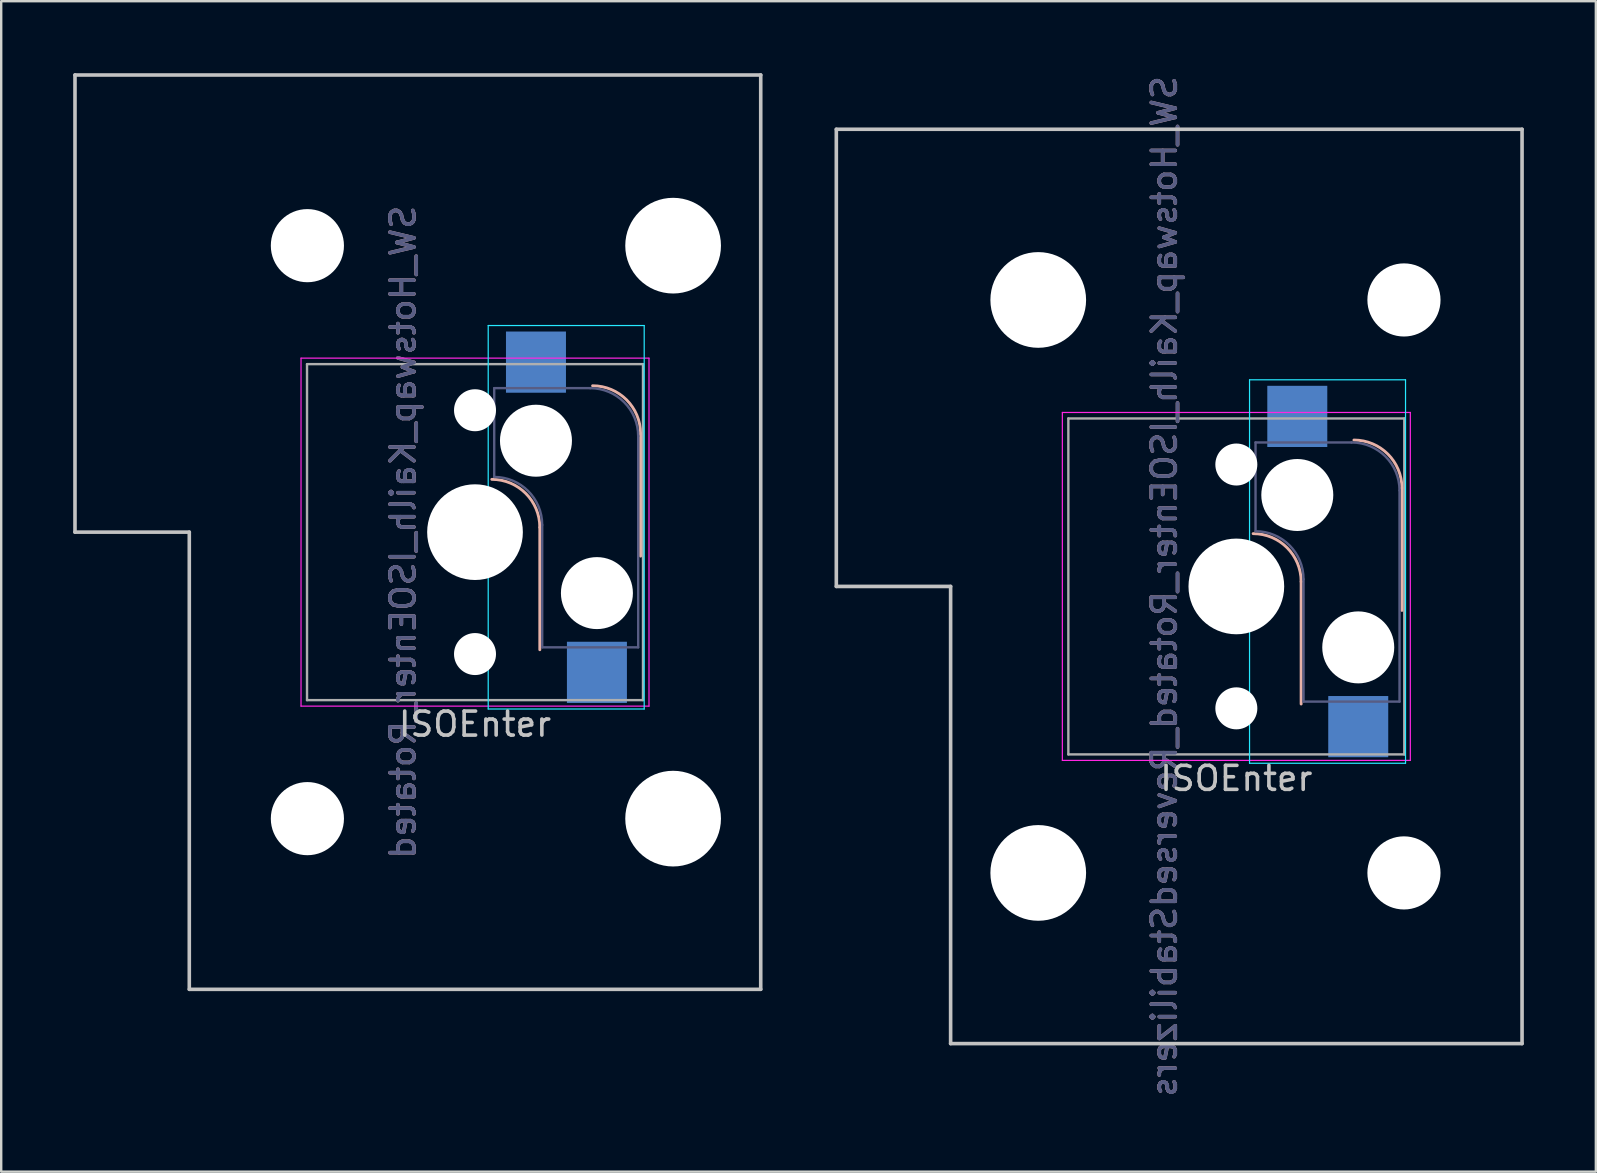
<source format=kicad_pcb>
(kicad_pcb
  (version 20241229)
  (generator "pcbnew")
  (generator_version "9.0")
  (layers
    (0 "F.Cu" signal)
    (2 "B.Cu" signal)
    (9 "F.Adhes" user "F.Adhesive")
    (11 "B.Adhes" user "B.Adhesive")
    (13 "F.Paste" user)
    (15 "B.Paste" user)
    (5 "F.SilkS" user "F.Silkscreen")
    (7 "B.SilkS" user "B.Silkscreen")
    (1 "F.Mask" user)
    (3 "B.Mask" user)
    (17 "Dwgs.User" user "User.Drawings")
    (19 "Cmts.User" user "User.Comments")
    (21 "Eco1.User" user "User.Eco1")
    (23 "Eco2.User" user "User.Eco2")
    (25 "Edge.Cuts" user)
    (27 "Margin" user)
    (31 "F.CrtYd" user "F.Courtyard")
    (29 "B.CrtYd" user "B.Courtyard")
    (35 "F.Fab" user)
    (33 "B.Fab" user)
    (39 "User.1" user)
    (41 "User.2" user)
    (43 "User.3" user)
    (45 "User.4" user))
  (footprint "SW_Hotswap_Kailh_ISOEnter_Rotated_ReversedStabilizers"
    (layer "F.Cu")
    (at 48.469 21.387)
    (property "Reference" "SW_Hotswap_Kailh_ISOEnter_Rotated_ReversedStabilizers" (at -3 0 90) (layer "B.SilkS") (effects (font (size 1 1) (thickness 0.15)) (justify mirror)))
    (attr smd)
    (fp_line (start 2.7 4.9) (end 2.7 -0.2) (stroke (width 0.12) (type solid)) (layer "B.SilkS"))
    (fp_line (start 6.9 1) (end 6.9 -4.1) (stroke (width 0.12) (type solid)) (layer "B.SilkS"))
    (fp_arc (start 0.7 -2.2) (mid 2.114214 -1.614214) (end 2.7 -0.2) (stroke (width 0.12) (type solid)) (layer "B.SilkS"))
    (fp_arc (start 4.9 -6.1) (mid 6.314214 -5.514214) (end 6.9 -4.1) (stroke (width 0.12) (type solid)) (layer "B.SilkS"))
    (fp_line (start -16.669 -19.05) (end -16.669 0) (stroke (width 0.15) (type solid)) (layer "Dwgs.User"))
    (fp_line (start -16.669 -19.05) (end 11.906 -19.05) (stroke (width 0.15) (type solid)) (layer "Dwgs.User"))
    (fp_line (start -11.906 0) (end -16.669 0) (stroke (width 0.15) (type solid)) (layer "Dwgs.User"))
    (fp_line (start -11.906 19.05) (end -11.906 0) (stroke (width 0.15) (type solid)) (layer "Dwgs.User"))
    (fp_line (start -11.906 19.05) (end 11.906 19.05) (stroke (width 0.15) (type solid)) (layer "Dwgs.User"))
    (fp_line (start 11.906 -19.05) (end 11.906 19.05) (stroke (width 0.15) (type solid)) (layer "Dwgs.User"))
    (fp_line (start 0.55 -8.61) (end 0.55 7.37) (stroke (width 0.05) (type solid)) (layer "B.CrtYd"))
    (fp_line (start 0.55 -8.61) (end 7.05 -8.61) (stroke (width 0.05) (type solid)) (layer "B.CrtYd"))
    (fp_line (start 7.05 -8.61) (end 7.05 7.37) (stroke (width 0.05) (type solid)) (layer "B.CrtYd"))
    (fp_line (start 7.05 7.37) (end 0.55 7.37) (stroke (width 0.05) (type solid)) (layer "B.CrtYd"))
    (fp_line (start -7.25 -7.25) (end 7.25 -7.25) (stroke (width 0.05) (type solid)) (layer "F.CrtYd"))
    (fp_line (start -7.25 7.25) (end -7.25 -7.25) (stroke (width 0.05) (type solid)) (layer "F.CrtYd"))
    (fp_line (start 7.25 -7.25) (end 7.25 7.25) (stroke (width 0.05) (type solid)) (layer "F.CrtYd"))
    (fp_line (start 7.25 7.25) (end -7.25 7.25) (stroke (width 0.05) (type solid)) (layer "F.CrtYd"))
    (fp_line (start 0.8 -6) (end 0.8 -2.3) (stroke (width 0.1) (type solid)) (layer "B.Fab"))
    (fp_line (start 0.8 -6) (end 4.8 -6) (stroke (width 0.1) (type solid)) (layer "B.Fab"))
    (fp_line (start 2.8 -0.3) (end 2.8 4.8) (stroke (width 0.1) (type solid)) (layer "B.Fab"))
    (fp_line (start 6.8 -4) (end 6.8 4.8) (stroke (width 0.1) (type solid)) (layer "B.Fab"))
    (fp_line (start 6.8 4.8) (end 2.8 4.8) (stroke (width 0.1) (type solid)) (layer "B.Fab"))
    (fp_arc (start 0.8 -2.3) (mid 2.214214 -1.714214) (end 2.8 -0.3) (stroke (width 0.1) (type solid)) (layer "B.Fab"))
    (fp_arc (start 4.8 -6) (mid 6.214214 -5.414214) (end 6.8 -4) (stroke (width 0.1) (type solid)) (layer "B.Fab"))
    (fp_line (start -7 -7) (end 7 -7) (stroke (width 0.1) (type solid)) (layer "F.Fab"))
    (fp_line (start -7 7) (end -7 -7) (stroke (width 0.1) (type solid)) (layer "F.Fab"))
    (fp_line (start 7 -7) (end 7 7) (stroke (width 0.1) (type solid)) (layer "F.Fab"))
    (fp_line (start 7 7) (end -7 7) (stroke (width 0.1) (type solid)) (layer "F.Fab"))
    (fp_text user "ISOEnter" (at 0 8 0) (layer "Dwgs.User") (effects (font (size 1 1) (thickness 0.15))))
    (fp_text user "${REFERENCE}" (at -3 0 90) (layer "B.Fab") (effects (font (size 1 1) (thickness 0.15)) (justify mirror)))
    (pad "" np_thru_hole circle (at -8.255 -11.938) (size 3.988 3.988) (drill 3.988) (layers "*.Cu" "*.Mask"))
    (pad "" np_thru_hole circle (at -8.255 11.938) (size 3.988 3.988) (drill 3.988) (layers "*.Cu" "*.Mask"))
    (pad "" np_thru_hole circle (at 0 -5.08 318.1) (size 1.75 1.75) (drill 1.75) (layers "*.Cu" "*.Mask"))
    (pad "" np_thru_hole circle (at 0 0 270) (size 3.988 3.988) (drill 3.988) (layers "*.Cu" "*.Mask"))
    (pad "" np_thru_hole circle (at 0 5.08 318.1) (size 1.75 1.75) (drill 1.75) (layers "*.Cu" "*.Mask"))
    (pad "" np_thru_hole circle (at 2.54 -3.81 270) (size 3 3) (drill 3) (layers "*.Cu" "*.Mask"))
    (pad "" np_thru_hole circle (at 5.08 2.54 270) (size 3 3) (drill 3) (layers "*.Cu" "*.Mask"))
    (pad "" np_thru_hole circle (at 6.985 -11.938) (size 3.048 3.048) (drill 3.048) (layers "*.Cu" "*.Mask"))
    (pad "" np_thru_hole circle (at 6.985 11.938) (size 3.048 3.048) (drill 3.048) (layers "*.Cu" "*.Mask"))
    (pad "1" smd rect (at 2.54 -7.085 270) (size 2.55 2.5) (layers "B.Cu" "B.Mask" "B.Paste"))
    (pad "2" smd rect (at 5.08 5.842 270) (size 2.55 2.5) (layers "B.Cu" "B.Mask" "B.Paste")))
  (footprint "SW_Hotswap_Kailh_ISOEnter_Rotated"
    (layer "F.Cu")
    (at 16.744 19.125)
    (property "Reference" "SW_Hotswap_Kailh_ISOEnter_Rotated" (at -3 0 90) (layer "B.SilkS") (effects (font (size 1 1) (thickness 0.15)) (justify mirror)))
    (attr smd)
    (fp_line (start 2.7 4.9) (end 2.7 -0.2) (stroke (width 0.12) (type solid)) (layer "B.SilkS"))
    (fp_line (start 6.9 1) (end 6.9 -4.1) (stroke (width 0.12) (type solid)) (layer "B.SilkS"))
    (fp_arc (start 0.7 -2.2) (mid 2.114214 -1.614214) (end 2.7 -0.2) (stroke (width 0.12) (type solid)) (layer "B.SilkS"))
    (fp_arc (start 4.9 -6.1) (mid 6.314214 -5.514214) (end 6.9 -4.1) (stroke (width 0.12) (type solid)) (layer "B.SilkS"))
    (fp_line (start -16.669 -19.05) (end -16.669 0) (stroke (width 0.15) (type solid)) (layer "Dwgs.User"))
    (fp_line (start -16.669 -19.05) (end 11.906 -19.05) (stroke (width 0.15) (type solid)) (layer "Dwgs.User"))
    (fp_line (start -11.906 0) (end -16.669 0) (stroke (width 0.15) (type solid)) (layer "Dwgs.User"))
    (fp_line (start -11.906 19.05) (end -11.906 0) (stroke (width 0.15) (type solid)) (layer "Dwgs.User"))
    (fp_line (start -11.906 19.05) (end 11.906 19.05) (stroke (width 0.15) (type solid)) (layer "Dwgs.User"))
    (fp_line (start 11.906 -19.05) (end 11.906 19.05) (stroke (width 0.15) (type solid)) (layer "Dwgs.User"))
    (fp_line (start 0.55 -8.61) (end 0.55 7.37) (stroke (width 0.05) (type solid)) (layer "B.CrtYd"))
    (fp_line (start 0.55 -8.61) (end 7.05 -8.61) (stroke (width 0.05) (type solid)) (layer "B.CrtYd"))
    (fp_line (start 7.05 -8.61) (end 7.05 7.37) (stroke (width 0.05) (type solid)) (layer "B.CrtYd"))
    (fp_line (start 7.05 7.37) (end 0.55 7.37) (stroke (width 0.05) (type solid)) (layer "B.CrtYd"))
    (fp_line (start -7.25 -7.25) (end 7.25 -7.25) (stroke (width 0.05) (type solid)) (layer "F.CrtYd"))
    (fp_line (start -7.25 7.25) (end -7.25 -7.25) (stroke (width 0.05) (type solid)) (layer "F.CrtYd"))
    (fp_line (start 7.25 -7.25) (end 7.25 7.25) (stroke (width 0.05) (type solid)) (layer "F.CrtYd"))
    (fp_line (start 7.25 7.25) (end -7.25 7.25) (stroke (width 0.05) (type solid)) (layer "F.CrtYd"))
    (fp_line (start 0.8 -6) (end 0.8 -2.3) (stroke (width 0.1) (type solid)) (layer "B.Fab"))
    (fp_line (start 0.8 -6) (end 4.8 -6) (stroke (width 0.1) (type solid)) (layer "B.Fab"))
    (fp_line (start 2.8 -0.3) (end 2.8 4.8) (stroke (width 0.1) (type solid)) (layer "B.Fab"))
    (fp_line (start 6.8 -4) (end 6.8 4.8) (stroke (width 0.1) (type solid)) (layer "B.Fab"))
    (fp_line (start 6.8 4.8) (end 2.8 4.8) (stroke (width 0.1) (type solid)) (layer "B.Fab"))
    (fp_arc (start 0.8 -2.3) (mid 2.214214 -1.714214) (end 2.8 -0.3) (stroke (width 0.1) (type solid)) (layer "B.Fab"))
    (fp_arc (start 4.8 -6) (mid 6.214214 -5.414214) (end 6.8 -4) (stroke (width 0.1) (type solid)) (layer "B.Fab"))
    (fp_line (start -7 -7) (end 7 -7) (stroke (width 0.1) (type solid)) (layer "F.Fab"))
    (fp_line (start -7 7) (end -7 -7) (stroke (width 0.1) (type solid)) (layer "F.Fab"))
    (fp_line (start 7 -7) (end 7 7) (stroke (width 0.1) (type solid)) (layer "F.Fab"))
    (fp_line (start 7 7) (end -7 7) (stroke (width 0.1) (type solid)) (layer "F.Fab"))
    (fp_text user "ISOEnter" (at 0 8 0) (layer "Dwgs.User") (effects (font (size 1 1) (thickness 0.15))))
    (fp_text user "${REFERENCE}" (at -3 0 90) (layer "B.Fab") (effects (font (size 1 1) (thickness 0.15)) (justify mirror)))
    (pad "" np_thru_hole circle (at -6.985 -11.938) (size 3.048 3.048) (drill 3.048) (layers "*.Cu" "*.Mask"))
    (pad "" np_thru_hole circle (at -6.985 11.938) (size 3.048 3.048) (drill 3.048) (layers "*.Cu" "*.Mask"))
    (pad "" np_thru_hole circle (at 0 -5.08 318.1) (size 1.75 1.75) (drill 1.75) (layers "*.Cu" "*.Mask"))
    (pad "" np_thru_hole circle (at 0 0 270) (size 3.988 3.988) (drill 3.988) (layers "*.Cu" "*.Mask"))
    (pad "" np_thru_hole circle (at 0 5.08 318.1) (size 1.75 1.75) (drill 1.75) (layers "*.Cu" "*.Mask"))
    (pad "" np_thru_hole circle (at 2.54 -3.81 270) (size 3 3) (drill 3) (layers "*.Cu" "*.Mask"))
    (pad "" np_thru_hole circle (at 5.08 2.54 270) (size 3 3) (drill 3) (layers "*.Cu" "*.Mask"))
    (pad "" np_thru_hole circle (at 8.255 -11.938) (size 3.988 3.988) (drill 3.988) (layers "*.Cu" "*.Mask"))
    (pad "" np_thru_hole circle (at 8.255 11.938) (size 3.988 3.988) (drill 3.988) (layers "*.Cu" "*.Mask"))
    (pad "1" smd rect (at 2.54 -7.085 270) (size 2.55 2.5) (layers "B.Cu" "B.Mask" "B.Paste"))
    (pad "2" smd rect (at 5.08 5.842 270) (size 2.55 2.5) (layers "B.Cu" "B.Mask" "B.Paste")))
  (gr_rect
    (start -3 -3)
    (end 63.45 45.774)
    (stroke (width 0.1) (type default))
    (fill no)
    (layer "Edge.Cuts")))
</source>
